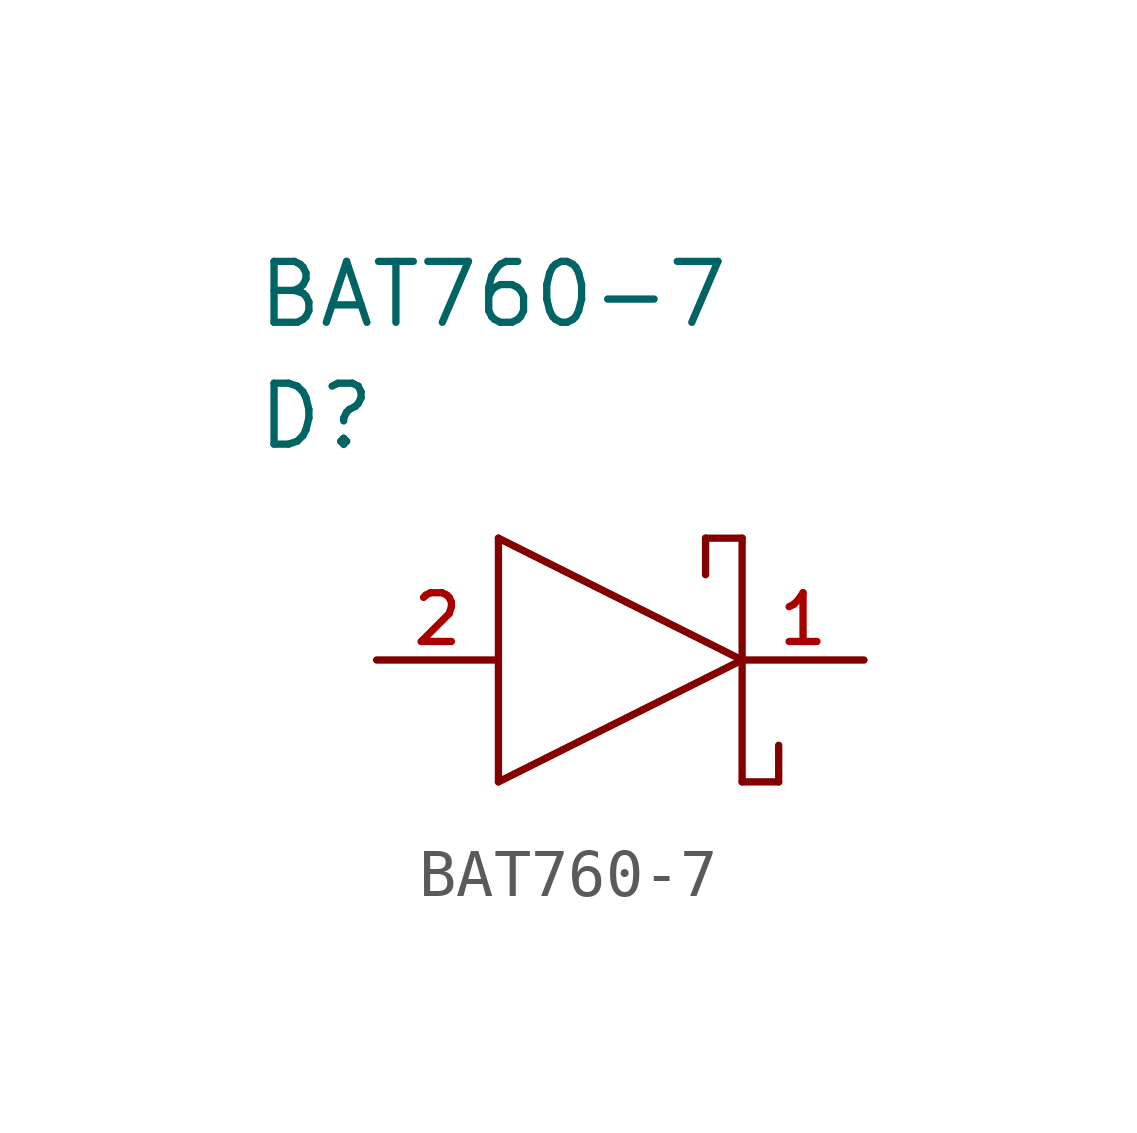
<source format=kicad_sym>
(kicad_symbol_lib
  (version 20220914)
  (generator kicad_symbol_editor)
  (symbol "BAT760-7"
    (pin_names
      (offset 1.016))
    (property "Reference" "D"
      (at 0 5.08 0)
      (effects (font (size 1.27 1.27)) (justify left)))
    (property "Value" "BAT760-7"
      (at 0 7.62 0)
      (effects (font (size 1.27 1.27)) (justify left)))
    (property "ki_locked" ""
      (at 0 0 0)
      (effects (font (size 1.27 1.27))))
    (symbol "BAT760-7_1_1"
      (polyline (pts (xy 5.08 -2.54) (xy 10.16 0)) (stroke (width 0) (type solid)) (fill (type none)))
      (polyline (pts (xy 5.08 2.54) (xy 5.08 -2.54)) (stroke (width 0) (type solid)) (fill (type none)))
      (polyline (pts (xy 5.08 2.54) (xy 10.16 0)) (stroke (width 0) (type solid)) (fill (type none)))
      (polyline (pts (xy 9.398 2.54) (xy 9.398 1.778)) (stroke (width 0) (type solid)) (fill (type none)))
      (polyline (pts (xy 10.16 -2.54) (xy 10.922 -2.54)) (stroke (width 0) (type solid)) (fill (type none)))
      (polyline (pts (xy 10.16 2.54) (xy 9.398 2.54)) (stroke (width 0) (type solid)) (fill (type none)))
      (polyline (pts (xy 10.16 2.54) (xy 10.16 -2.54)) (stroke (width 0) (type solid)) (fill (type none)))
      (polyline (pts (xy 10.922 -2.54) (xy 10.922 -1.778)) (stroke (width 0) (type solid)) (fill (type none)))
      (pin passive line (at 12.7 0 180) (length 2.54) (name "CATHODE" (effects (font (size 0 0)))) (number "1" (effects (font (size 1.016 1.016)))))
      (pin passive line (at 2.54 0 0) (length 2.54) (name "ANODE" (effects (font (size 0 0)))) (number "2" (effects (font (size 1.016 1.016))))))))
</source>
